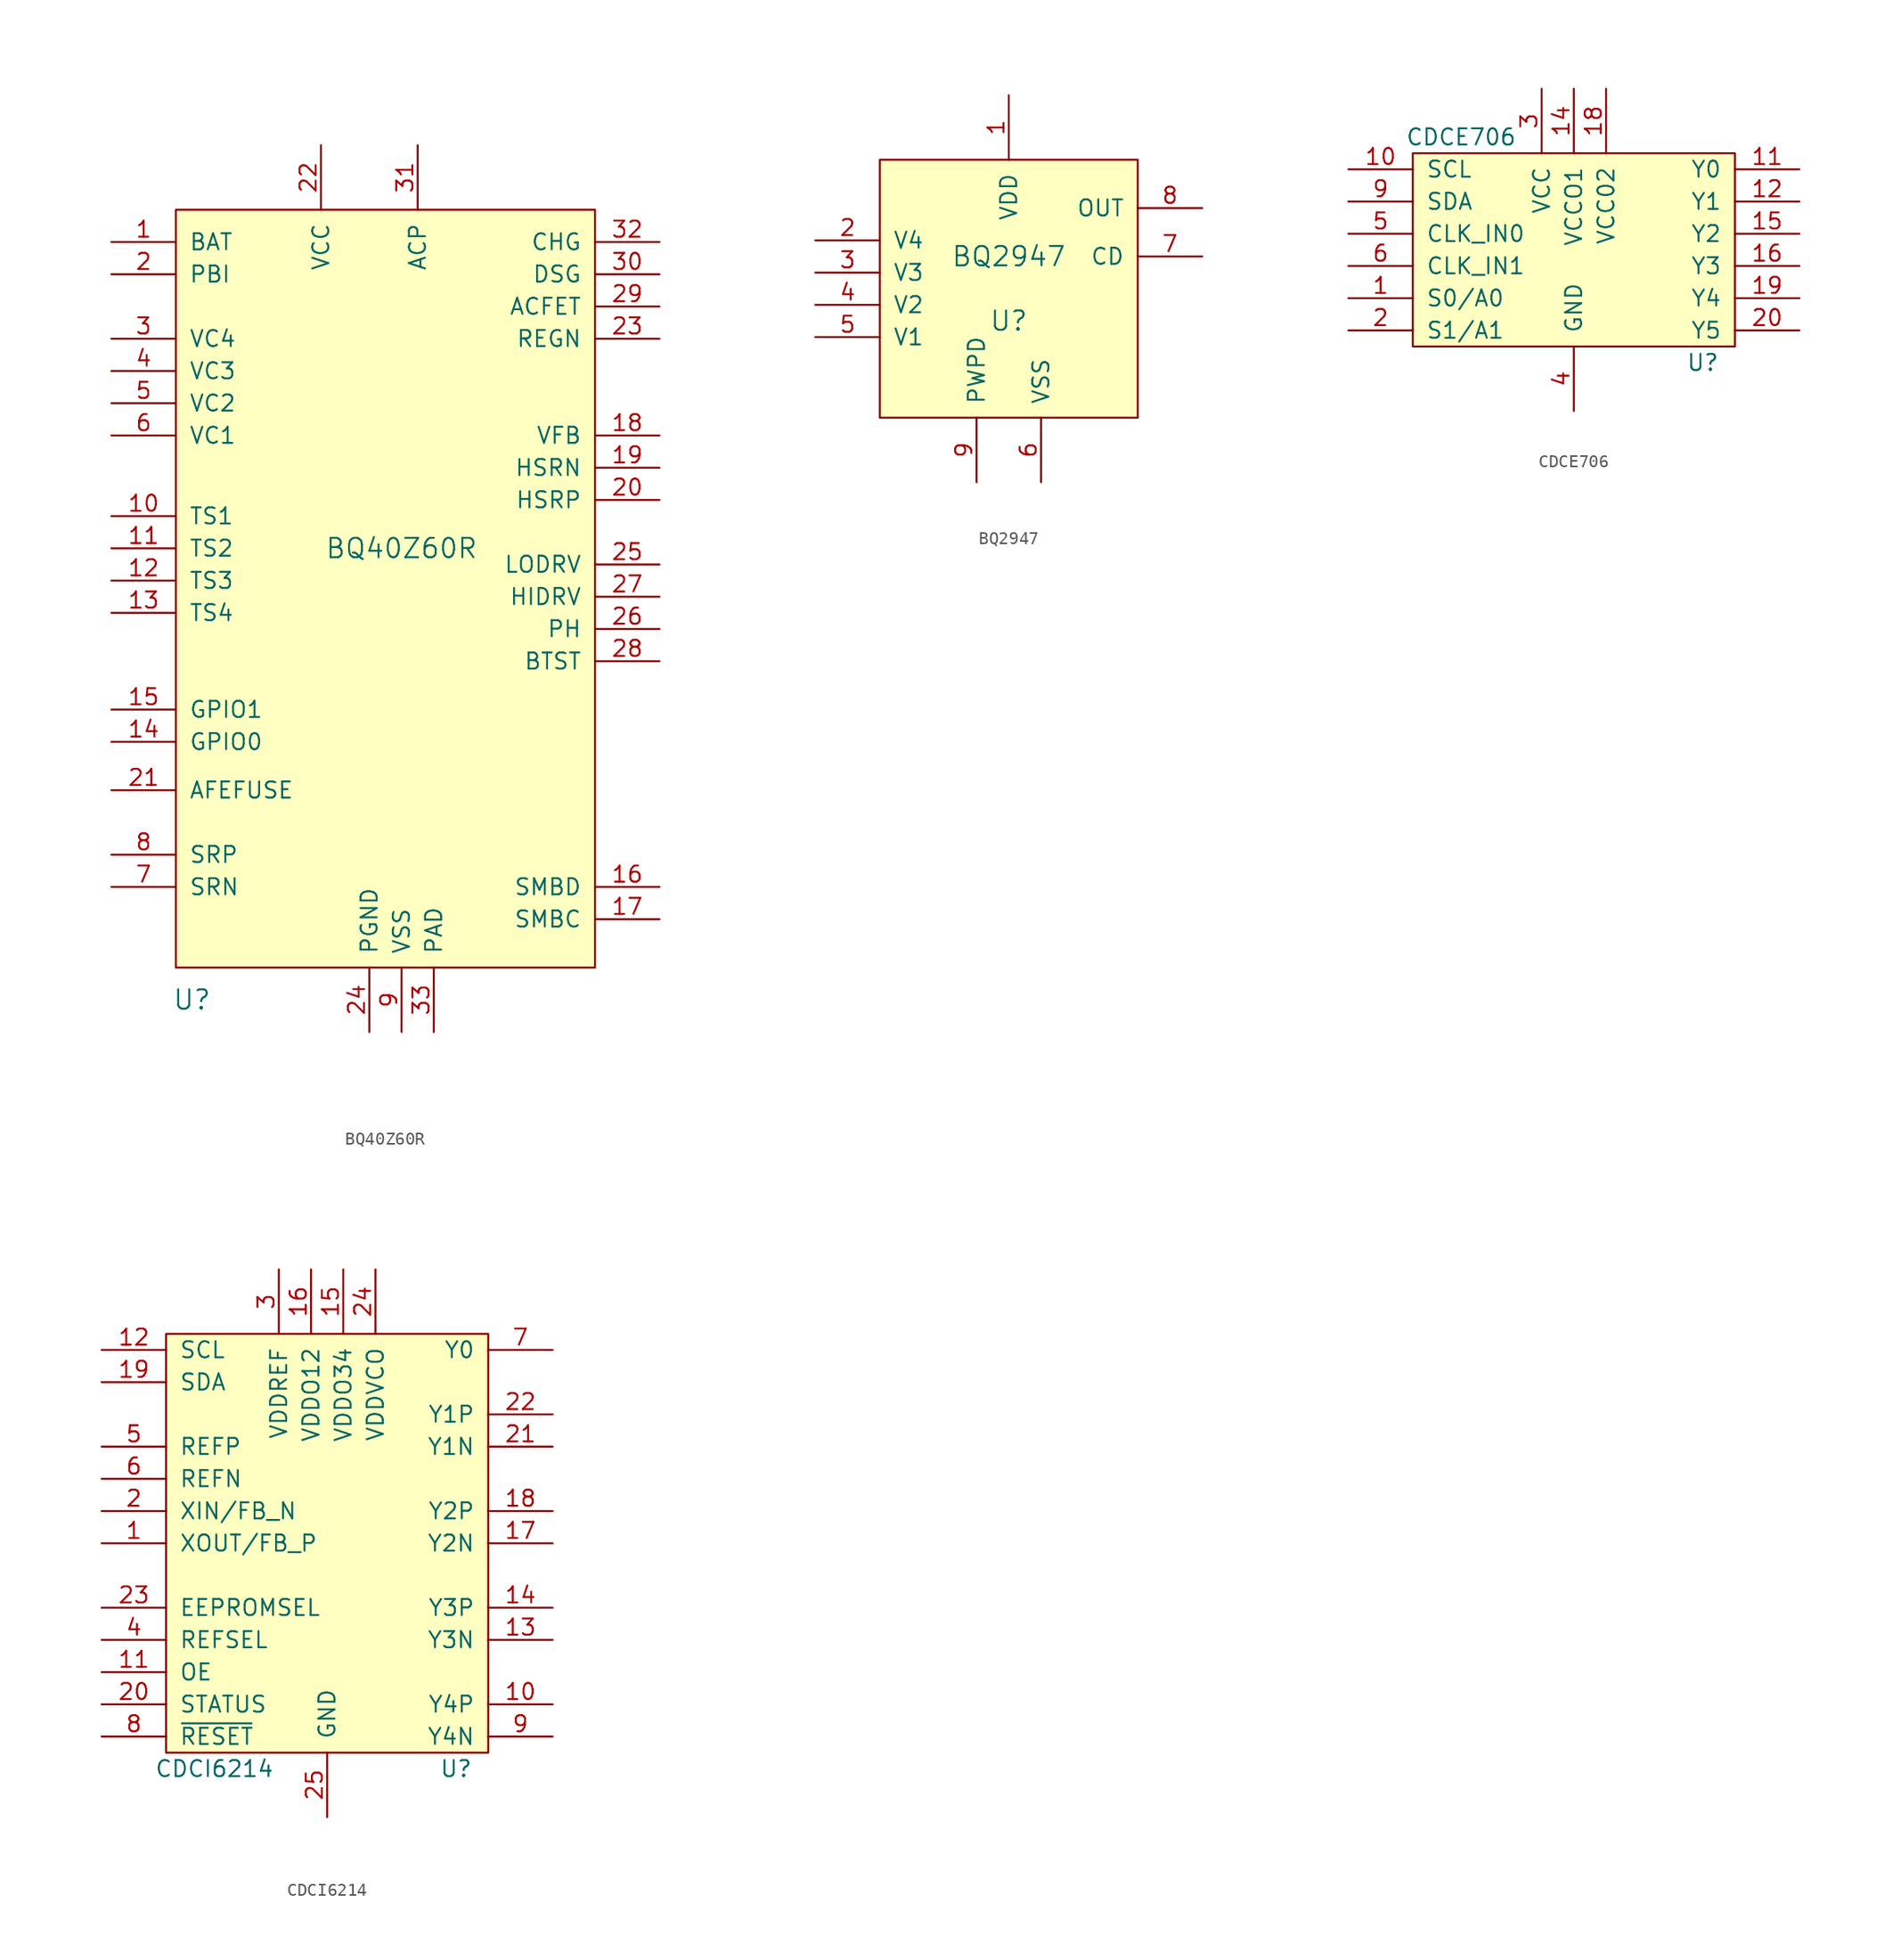
<source format=kicad_sym>
(kicad_symbol_lib
  (version 20241209)
  (generator "kicad_symbol_editor")
  (generator_version "9.0")
  (symbol "BQ40Z60R"
    (pin_names
      (offset 1.016))
    (property "Reference" "U"
      (at -16.51 -31.75 0)
      (effects (font (size 1.524 1.524))))
    (property "Value" "BQ40Z60R"
      (at 0 3.81 0)
      (effects (font (size 1.524 1.524))))
    (symbol "BQ40Z60R_0_1"
      (rectangle (start -17.78 30.48) (end 15.24 -29.21) (stroke (width 0) (type solid)) (fill (type background))))
    (symbol "BQ40Z60R_1_1"
      (pin power_in line (at -22.86 27.94 0) (length 5.08) (name "BAT" (effects (font (size 1.27 1.27)))) (number "1" (effects (font (size 1.27 1.27)))))
      (pin power_in line (at -22.86 25.4 0) (length 5.08) (name "PBI" (effects (font (size 1.27 1.27)))) (number "2" (effects (font (size 1.27 1.27)))))
      (pin input line (at -22.86 20.32 0) (length 5.08) (name "VC4" (effects (font (size 1.27 1.27)))) (number "3" (effects (font (size 1.27 1.27)))))
      (pin input line (at -22.86 17.78 0) (length 5.08) (name "VC3" (effects (font (size 1.27 1.27)))) (number "4" (effects (font (size 1.27 1.27)))))
      (pin input line (at -22.86 15.24 0) (length 5.08) (name "VC2" (effects (font (size 1.27 1.27)))) (number "5" (effects (font (size 1.27 1.27)))))
      (pin input line (at -22.86 12.7 0) (length 5.08) (name "VC1" (effects (font (size 1.27 1.27)))) (number "6" (effects (font (size 1.27 1.27)))))
      (pin input line (at -22.86 6.35 0) (length 5.08) (name "TS1" (effects (font (size 1.27 1.27)))) (number "10" (effects (font (size 1.27 1.27)))))
      (pin input line (at -22.86 3.81 0) (length 5.08) (name "TS2" (effects (font (size 1.27 1.27)))) (number "11" (effects (font (size 1.27 1.27)))))
      (pin input line (at -22.86 1.27 0) (length 5.08) (name "TS3" (effects (font (size 1.27 1.27)))) (number "12" (effects (font (size 1.27 1.27)))))
      (pin input line (at -22.86 -1.27 0) (length 5.08) (name "TS4" (effects (font (size 1.27 1.27)))) (number "13" (effects (font (size 1.27 1.27)))))
      (pin bidirectional line (at -22.86 -8.89 0) (length 5.08) (name "GPIO1" (effects (font (size 1.27 1.27)))) (number "15" (effects (font (size 1.27 1.27)))))
      (pin bidirectional line (at -22.86 -11.43 0) (length 5.08) (name "GPIO0" (effects (font (size 1.27 1.27)))) (number "14" (effects (font (size 1.27 1.27)))))
      (pin output line (at -22.86 -15.24 0) (length 5.08) (name "AFEFUSE" (effects (font (size 1.27 1.27)))) (number "21" (effects (font (size 1.27 1.27)))))
      (pin input line (at -22.86 -20.32 0) (length 5.08) (name "SRP" (effects (font (size 1.27 1.27)))) (number "8" (effects (font (size 1.27 1.27)))))
      (pin input line (at -22.86 -22.86 0) (length 5.08) (name "SRN" (effects (font (size 1.27 1.27)))) (number "7" (effects (font (size 1.27 1.27)))))
      (pin power_in line (at -6.35 35.56 270) (length 5.08) (name "VCC" (effects (font (size 1.27 1.27)))) (number "22" (effects (font (size 1.27 1.27)))))
      (pin power_in line (at -2.54 -34.29 90) (length 5.08) (name "PGND" (effects (font (size 1.27 1.27)))) (number "24" (effects (font (size 1.27 1.27)))))
      (pin power_in line (at 0 -34.29 90) (length 5.08) (name "VSS" (effects (font (size 1.27 1.27)))) (number "9" (effects (font (size 1.27 1.27)))))
      (pin input line (at 1.27 35.56 270) (length 5.08) (name "ACP" (effects (font (size 1.27 1.27)))) (number "31" (effects (font (size 1.27 1.27)))))
      (pin power_in line (at 2.54 -34.29 90) (length 5.08) (name "PAD" (effects (font (size 1.27 1.27)))) (number "33" (effects (font (size 1.27 1.27)))))
      (pin output line (at 20.32 27.94 180) (length 5.08) (name "CHG" (effects (font (size 1.27 1.27)))) (number "32" (effects (font (size 1.27 1.27)))))
      (pin output line (at 20.32 25.4 180) (length 5.08) (name "DSG" (effects (font (size 1.27 1.27)))) (number "30" (effects (font (size 1.27 1.27)))))
      (pin input line (at 20.32 22.86 180) (length 5.08) (name "ACFET" (effects (font (size 1.27 1.27)))) (number "29" (effects (font (size 1.27 1.27)))))
      (pin bidirectional line (at 20.32 20.32 180) (length 5.08) (name "REGN" (effects (font (size 1.27 1.27)))) (number "23" (effects (font (size 1.27 1.27)))))
      (pin input line (at 20.32 12.7 180) (length 5.08) (name "VFB" (effects (font (size 1.27 1.27)))) (number "18" (effects (font (size 1.27 1.27)))))
      (pin input line (at 20.32 10.16 180) (length 5.08) (name "HSRN" (effects (font (size 1.27 1.27)))) (number "19" (effects (font (size 1.27 1.27)))))
      (pin input line (at 20.32 7.62 180) (length 5.08) (name "HSRP" (effects (font (size 1.27 1.27)))) (number "20" (effects (font (size 1.27 1.27)))))
      (pin bidirectional line (at 20.32 2.54 180) (length 5.08) (name "LODRV" (effects (font (size 1.27 1.27)))) (number "25" (effects (font (size 1.27 1.27)))))
      (pin bidirectional line (at 20.32 0 180) (length 5.08) (name "HIDRV" (effects (font (size 1.27 1.27)))) (number "27" (effects (font (size 1.27 1.27)))))
      (pin bidirectional line (at 20.32 -2.54 180) (length 5.08) (name "PH" (effects (font (size 1.27 1.27)))) (number "26" (effects (font (size 1.27 1.27)))))
      (pin input line (at 20.32 -5.08 180) (length 5.08) (name "BTST" (effects (font (size 1.27 1.27)))) (number "28" (effects (font (size 1.27 1.27)))))
      (pin bidirectional line (at 20.32 -22.86 180) (length 5.08) (name "SMBD" (effects (font (size 1.27 1.27)))) (number "16" (effects (font (size 1.27 1.27)))))
      (pin bidirectional line (at 20.32 -25.4 180) (length 5.08) (name "SMBC" (effects (font (size 1.27 1.27)))) (number "17" (effects (font (size 1.27 1.27)))))))
  (symbol "BQ2947"
    (pin_names
      (offset 1.016))
    (property "Reference" "U"
      (at 0 -2.54 0)
      (effects (font (size 1.524 1.524))))
    (property "Value" "BQ2947"
      (at 0 2.54 0)
      (effects (font (size 1.524 1.524))))
    (symbol "BQ2947_0_1"
      (rectangle (start -10.16 10.16) (end 10.16 -10.16) (stroke (width 0) (type solid)) (fill (type background))))
    (symbol "BQ2947_1_1"
      (pin input line (at -15.24 3.81 0) (length 5.08) (name "V4" (effects (font (size 1.27 1.27)))) (number "2" (effects (font (size 1.27 1.27)))))
      (pin input line (at -15.24 1.27 0) (length 5.08) (name "V3" (effects (font (size 1.27 1.27)))) (number "3" (effects (font (size 1.27 1.27)))))
      (pin input line (at -15.24 -1.27 0) (length 5.08) (name "V2" (effects (font (size 1.27 1.27)))) (number "4" (effects (font (size 1.27 1.27)))))
      (pin input line (at -15.24 -3.81 0) (length 5.08) (name "V1" (effects (font (size 1.27 1.27)))) (number "5" (effects (font (size 1.27 1.27)))))
      (pin power_in line (at -2.54 -15.24 90) (length 5.08) (name "PWPD" (effects (font (size 1.27 1.27)))) (number "9" (effects (font (size 1.27 1.27)))))
      (pin power_in line (at 0 15.24 270) (length 5.08) (name "VDD" (effects (font (size 1.27 1.27)))) (number "1" (effects (font (size 1.27 1.27)))))
      (pin power_in line (at 2.54 -15.24 90) (length 5.08) (name "VSS" (effects (font (size 1.27 1.27)))) (number "6" (effects (font (size 1.27 1.27)))))
      (pin output line (at 15.24 6.35 180) (length 5.08) (name "OUT" (effects (font (size 1.27 1.27)))) (number "8" (effects (font (size 1.27 1.27)))))
      (pin output line (at 15.24 2.54 180) (length 5.08) (name "CD" (effects (font (size 1.27 1.27)))) (number "7" (effects (font (size 1.27 1.27)))))))
  (symbol "CDCE706"
    (pin_names
      (offset 1.016))
    (property "Reference" "U"
      (at 10.16 -8.89 0)
      (effects (font (size 1.27 1.27))))
    (property "Value" "CDCE706"
      (at -8.89 8.89 0)
      (effects (font (size 1.27 1.27))))
    (symbol "CDCE706_0_1"
      (rectangle (start -12.7 7.62) (end 12.7 -7.62) (stroke (width 0) (type solid)) (fill (type background))))
    (symbol "CDCE706_1_1"
      (pin input line (at -17.78 6.35 0) (length 5.08) (name "SCL" (effects (font (size 1.27 1.27)))) (number "10" (effects (font (size 1.27 1.27)))))
      (pin bidirectional line (at -17.78 3.81 0) (length 5.08) (name "SDA" (effects (font (size 1.27 1.27)))) (number "9" (effects (font (size 1.27 1.27)))))
      (pin input line (at -17.78 1.27 0) (length 5.08) (name "CLK_IN0" (effects (font (size 1.27 1.27)))) (number "5" (effects (font (size 1.27 1.27)))))
      (pin bidirectional line (at -17.78 -1.27 0) (length 5.08) (name "CLK_IN1" (effects (font (size 1.27 1.27)))) (number "6" (effects (font (size 1.27 1.27)))))
      (pin input line (at -17.78 -3.81 0) (length 5.08) (name "S0/A0" (effects (font (size 1.27 1.27)))) (number "1" (effects (font (size 1.27 1.27)))))
      (pin input line (at -17.78 -6.35 0) (length 5.08) (name "S1/A1" (effects (font (size 1.27 1.27)))) (number "2" (effects (font (size 1.27 1.27)))))
      (pin power_in line (at -2.54 12.7 270) (length 5.08) (name "VCC" (effects (font (size 1.27 1.27)))) (number "3" (effects (font (size 1.27 1.27)))))
      (pin passive line (at -2.54 12.7 270) (length 5.08) (hide yes) (name "VCC" (effects (font (size 1.27 1.27)))) (number "7" (effects (font (size 1.27 1.27)))))
      (pin power_in line (at 0 12.7 270) (length 5.08) (name "VCCO1" (effects (font (size 1.27 1.27)))) (number "14" (effects (font (size 1.27 1.27)))))
      (pin passive line (at 0 -12.7 90) (length 5.08) (hide yes) (name "GND" (effects (font (size 1.27 1.27)))) (number "13" (effects (font (size 1.27 1.27)))))
      (pin passive line (at 0 -12.7 90) (length 5.08) (hide yes) (name "GND" (effects (font (size 1.27 1.27)))) (number "17" (effects (font (size 1.27 1.27)))))
      (pin power_in line (at 0 -12.7 90) (length 5.08) (name "GND" (effects (font (size 1.27 1.27)))) (number "4" (effects (font (size 1.27 1.27)))))
      (pin passive line (at 0 -12.7 90) (length 5.08) (hide yes) (name "GND" (effects (font (size 1.27 1.27)))) (number "8" (effects (font (size 1.27 1.27)))))
      (pin power_in line (at 2.54 12.7 270) (length 5.08) (name "VCC02" (effects (font (size 1.27 1.27)))) (number "18" (effects (font (size 1.27 1.27)))))
      (pin output line (at 17.78 6.35 180) (length 5.08) (name "Y0" (effects (font (size 1.27 1.27)))) (number "11" (effects (font (size 1.27 1.27)))))
      (pin output line (at 17.78 3.81 180) (length 5.08) (name "Y1" (effects (font (size 1.27 1.27)))) (number "12" (effects (font (size 1.27 1.27)))))
      (pin output line (at 17.78 1.27 180) (length 5.08) (name "Y2" (effects (font (size 1.27 1.27)))) (number "15" (effects (font (size 1.27 1.27)))))
      (pin output line (at 17.78 -1.27 180) (length 5.08) (name "Y3" (effects (font (size 1.27 1.27)))) (number "16" (effects (font (size 1.27 1.27)))))
      (pin output line (at 17.78 -3.81 180) (length 5.08) (name "Y4" (effects (font (size 1.27 1.27)))) (number "19" (effects (font (size 1.27 1.27)))))
      (pin output line (at 17.78 -6.35 180) (length 5.08) (name "Y5" (effects (font (size 1.27 1.27)))) (number "20" (effects (font (size 1.27 1.27)))))))
  (symbol "CDCI6214"
    (pin_names
      (offset 1.016))
    (property "Reference" "U"
      (at 10.16 -17.78 0)
      (effects (font (size 1.27 1.27))))
    (property "Value" "CDCI6214"
      (at -8.89 -17.78 0)
      (effects (font (size 1.27 1.27))))
    (symbol "CDCI6214_0_1"
      (rectangle (start -12.7 16.51) (end 12.7 -16.51) (stroke (width 0) (type solid)) (fill (type background))))
    (symbol "CDCI6214_1_1"
      (pin bidirectional line (at -17.78 15.24 0) (length 5.08) (name "SCL" (effects (font (size 1.27 1.27)))) (number "12" (effects (font (size 1.27 1.27)))))
      (pin bidirectional line (at -17.78 12.7 0) (length 5.08) (name "SDA" (effects (font (size 1.27 1.27)))) (number "19" (effects (font (size 1.27 1.27)))))
      (pin input line (at -17.78 7.62 0) (length 5.08) (name "REFP" (effects (font (size 1.27 1.27)))) (number "5" (effects (font (size 1.27 1.27)))))
      (pin input line (at -17.78 5.08 0) (length 5.08) (name "REFN" (effects (font (size 1.27 1.27)))) (number "6" (effects (font (size 1.27 1.27)))))
      (pin input line (at -17.78 2.54 0) (length 5.08) (name "XIN/FB_N" (effects (font (size 1.27 1.27)))) (number "2" (effects (font (size 1.27 1.27)))))
      (pin bidirectional line (at -17.78 0 0) (length 5.08) (name "XOUT/FB_P" (effects (font (size 1.27 1.27)))) (number "1" (effects (font (size 1.27 1.27)))))
      (pin input line (at -17.78 -5.08 0) (length 5.08) (name "EEPROMSEL" (effects (font (size 1.27 1.27)))) (number "23" (effects (font (size 1.27 1.27)))))
      (pin input line (at -17.78 -7.62 0) (length 5.08) (name "REFSEL" (effects (font (size 1.27 1.27)))) (number "4" (effects (font (size 1.27 1.27)))))
      (pin bidirectional line (at -17.78 -10.16 0) (length 5.08) (name "OE" (effects (font (size 1.27 1.27)))) (number "11" (effects (font (size 1.27 1.27)))))
      (pin bidirectional line (at -17.78 -12.7 0) (length 5.08) (name "STATUS" (effects (font (size 1.27 1.27)))) (number "20" (effects (font (size 1.27 1.27)))))
      (pin input line (at -17.78 -15.24 0) (length 5.08) (name "~{RESET}" (effects (font (size 1.27 1.27)))) (number "8" (effects (font (size 1.27 1.27)))))
      (pin power_in line (at -3.81 21.59 270) (length 5.08) (name "VDDREF" (effects (font (size 1.27 1.27)))) (number "3" (effects (font (size 1.27 1.27)))))
      (pin power_in line (at -1.27 21.59 270) (length 5.08) (name "VDDO12" (effects (font (size 1.27 1.27)))) (number "16" (effects (font (size 1.27 1.27)))))
      (pin power_in line (at 0 -21.59 90) (length 5.08) (name "GND" (effects (font (size 1.27 1.27)))) (number "25" (effects (font (size 1.27 1.27)))))
      (pin power_in line (at 1.27 21.59 270) (length 5.08) (name "VDDO34" (effects (font (size 1.27 1.27)))) (number "15" (effects (font (size 1.27 1.27)))))
      (pin power_in line (at 3.81 21.59 270) (length 5.08) (name "VDDVCO" (effects (font (size 1.27 1.27)))) (number "24" (effects (font (size 1.27 1.27)))))
      (pin output line (at 17.78 15.24 180) (length 5.08) (name "Y0" (effects (font (size 1.27 1.27)))) (number "7" (effects (font (size 1.27 1.27)))))
      (pin output line (at 17.78 10.16 180) (length 5.08) (name "Y1P" (effects (font (size 1.27 1.27)))) (number "22" (effects (font (size 1.27 1.27)))))
      (pin output line (at 17.78 7.62 180) (length 5.08) (name "Y1N" (effects (font (size 1.27 1.27)))) (number "21" (effects (font (size 1.27 1.27)))))
      (pin output line (at 17.78 2.54 180) (length 5.08) (name "Y2P" (effects (font (size 1.27 1.27)))) (number "18" (effects (font (size 1.27 1.27)))))
      (pin output line (at 17.78 0 180) (length 5.08) (name "Y2N" (effects (font (size 1.27 1.27)))) (number "17" (effects (font (size 1.27 1.27)))))
      (pin output line (at 17.78 -5.08 180) (length 5.08) (name "Y3P" (effects (font (size 1.27 1.27)))) (number "14" (effects (font (size 1.27 1.27)))))
      (pin output line (at 17.78 -7.62 180) (length 5.08) (name "Y3N" (effects (font (size 1.27 1.27)))) (number "13" (effects (font (size 1.27 1.27)))))
      (pin output line (at 17.78 -12.7 180) (length 5.08) (name "Y4P" (effects (font (size 1.27 1.27)))) (number "10" (effects (font (size 1.27 1.27)))))
      (pin output line (at 17.78 -15.24 180) (length 5.08) (name "Y4N" (effects (font (size 1.27 1.27)))) (number "9" (effects (font (size 1.27 1.27))))))))
</source>
